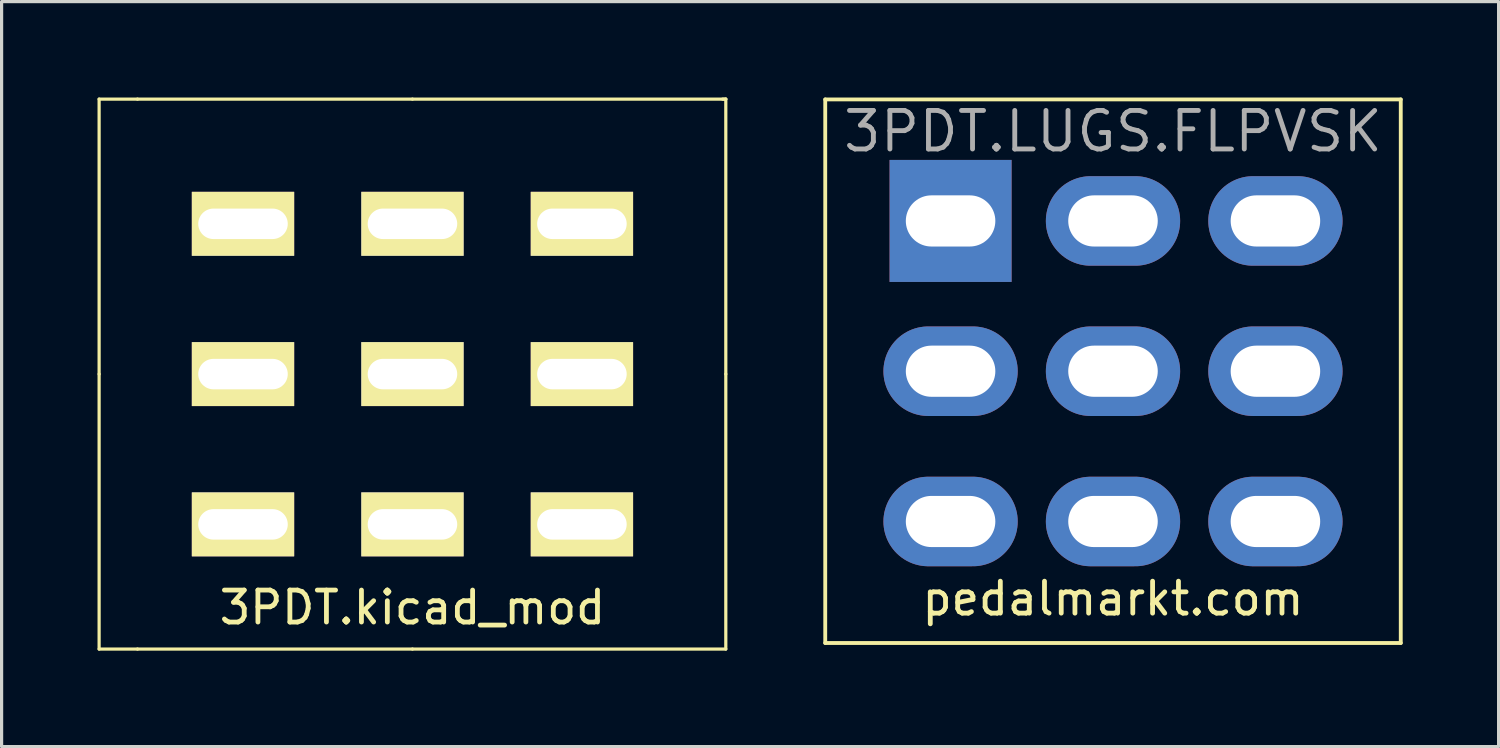
<source format=kicad_pcb>
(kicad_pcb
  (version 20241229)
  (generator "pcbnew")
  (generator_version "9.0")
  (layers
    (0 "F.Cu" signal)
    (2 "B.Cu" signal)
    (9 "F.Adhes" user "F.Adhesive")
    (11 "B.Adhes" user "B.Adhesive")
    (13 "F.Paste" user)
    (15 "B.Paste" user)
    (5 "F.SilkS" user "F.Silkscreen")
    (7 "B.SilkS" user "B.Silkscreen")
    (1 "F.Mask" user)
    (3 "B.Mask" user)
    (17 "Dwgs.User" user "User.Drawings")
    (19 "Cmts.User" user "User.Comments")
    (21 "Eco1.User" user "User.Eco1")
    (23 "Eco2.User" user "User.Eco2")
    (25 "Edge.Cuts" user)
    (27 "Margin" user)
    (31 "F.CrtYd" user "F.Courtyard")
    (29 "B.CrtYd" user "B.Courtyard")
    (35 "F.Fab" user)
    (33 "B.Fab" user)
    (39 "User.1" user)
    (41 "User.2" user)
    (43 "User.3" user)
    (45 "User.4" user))
  (footprint "3PDT.LUGS.FLPVSK"
    (layer "F.Cu")
    (at 31.76 8.56)
    (property "Reference" "3PDT.LUGS.FLPVSK" (at 0 -7.5 0) (layer "F.Fab") (effects (font (size 1.206 1.206) (thickness 0.152))))
    (attr through_hole)
    (fp_line (start -9 -8.5) (end 9 -8.5) (stroke (width 0.12) (type solid)) (layer "F.SilkS"))
    (fp_line (start -9 8.5) (end -9 -8.5) (stroke (width 0.12) (type solid)) (layer "F.SilkS"))
    (fp_line (start 9 -8.5) (end 9 8.5) (stroke (width 0.12) (type solid)) (layer "F.SilkS"))
    (fp_line (start 9 8.5) (end -9 8.5) (stroke (width 0.12) (type solid)) (layer "F.SilkS"))
    (fp_text user "pedalmarkt.com" (at 0 7.112 0) (layer "F.SilkS") (effects (font (size 1 1) (thickness 0.15))))
    (pad "1" thru_hole rect (at -5.08 -4.7 180) (size 3.816 3.816) (drill oval 2.8 1.6) (layers "*.Cu" "*.Mask"))
    (pad "2" thru_hole oval (at -5.08 0 180) (size 4.2 2.8) (drill oval 2.8 1.6) (layers "*.Cu" "*.Mask"))
    (pad "3" thru_hole oval (at -5.08 4.7 180) (size 4.2 2.8) (drill oval 2.8 1.6) (layers "*.Cu" "*.Mask"))
    (pad "4" thru_hole oval (at 0 -4.7 180) (size 4.2 2.8) (drill oval 2.8 1.6) (layers "*.Cu" "*.Mask"))
    (pad "5" thru_hole oval (at 0 0 180) (size 4.2 2.8) (drill oval 2.8 1.6) (layers "*.Cu" "*.Mask"))
    (pad "6" thru_hole oval (at 0 4.7 180) (size 4.2 2.8) (drill oval 2.8 1.6) (layers "*.Cu" "*.Mask"))
    (pad "7" thru_hole oval (at 5.08 -4.7 180) (size 4.2 2.8) (drill oval 2.8 1.6) (layers "*.Cu" "*.Mask"))
    (pad "8" thru_hole oval (at 5.08 0 180) (size 4.2 2.8) (drill oval 2.8 1.6) (layers "*.Cu" "*.Mask"))
    (pad "9" thru_hole oval (at 5.08 4.7 180) (size 4.2 2.8) (drill oval 2.8 1.6) (layers "*.Cu" "*.Mask")))
  (footprint "3PDT.kicad_mod"
    (layer "F.Cu")
    (at 9.85 8.65)
    (property "Reference" "3PDT.kicad_mod" (at 0 7.3 0) (layer "F.SilkS") (effects (font (size 1 1) (thickness 0.15))))
    (attr through_hole)
    (fp_line (start -9.8 -8.6) (end -8.6 -8.6) (stroke (width 0.1) (type solid)) (layer "F.SilkS"))
    (fp_line (start -9.8 0) (end -9.8 -8.6) (stroke (width 0.1) (type solid)) (layer "F.SilkS"))
    (fp_line (start -9.8 8.6) (end -9.8 0) (stroke (width 0.1) (type solid)) (layer "F.SilkS"))
    (fp_line (start -8.6 -8.6) (end 0 -8.6) (stroke (width 0.1) (type solid)) (layer "F.SilkS"))
    (fp_line (start -8.6 8.6) (end -9.8 8.6) (stroke (width 0.1) (type solid)) (layer "F.SilkS"))
    (fp_line (start 0 -8.6) (end 9.8 -8.6) (stroke (width 0.1) (type solid)) (layer "F.SilkS"))
    (fp_line (start 0 8.6) (end -8.6 8.6) (stroke (width 0.1) (type solid)) (layer "F.SilkS"))
    (fp_line (start 9.8 -8.6) (end 9.7 -8.6) (stroke (width 0.1) (type solid)) (layer "F.SilkS"))
    (fp_line (start 9.8 -8.6) (end 9.8 0) (stroke (width 0.1) (type solid)) (layer "F.SilkS"))
    (fp_line (start 9.8 0) (end 9.8 8.6) (stroke (width 0.1) (type solid)) (layer "F.SilkS"))
    (fp_line (start 9.8 8.6) (end 0 8.6) (stroke (width 0.1) (type solid)) (layer "F.SilkS"))
    (pad "1" thru_hole rect (at -5.3 -4.7) (size 3.2 2) (drill oval 2.8 0.953) (layers "*.Cu" "*.Mask" "F.SilkS"))
    (pad "2" thru_hole rect (at -5.3 0) (size 3.2 2) (drill oval 2.8 0.953) (layers "*.Cu" "*.Mask" "F.SilkS"))
    (pad "3" thru_hole rect (at -5.3 4.7) (size 3.2 2) (drill oval 2.8 0.953) (layers "*.Cu" "*.Mask" "F.SilkS"))
    (pad "4" thru_hole rect (at 0 -4.7) (size 3.2 2) (drill oval 2.8 0.953) (layers "*.Cu" "*.Mask" "F.SilkS"))
    (pad "5" thru_hole rect (at 0 0) (size 3.2 2) (drill oval 2.8 0.953) (layers "*.Cu" "*.Mask" "F.SilkS"))
    (pad "6" thru_hole rect (at 0 4.7) (size 3.2 2) (drill oval 2.8 0.953) (layers "*.Cu" "*.Mask" "F.SilkS"))
    (pad "7" thru_hole rect (at 5.3 -4.7) (size 3.2 2) (drill oval 2.8 0.953) (layers "*.Cu" "*.Mask" "F.SilkS"))
    (pad "8" thru_hole rect (at 5.3 0) (size 3.2 2) (drill oval 2.8 0.953) (layers "*.Cu" "*.Mask" "F.SilkS"))
    (pad "9" thru_hole rect (at 5.3 4.7) (size 3.2 2) (drill oval 2.8 0.953) (layers "*.Cu" "*.Mask" "F.SilkS")))
  (gr_rect
    (start -3 -3)
    (end 43.82 20.3)
    (stroke (width 0.1) (type default))
    (fill no)
    (layer "Edge.Cuts")))
</source>
